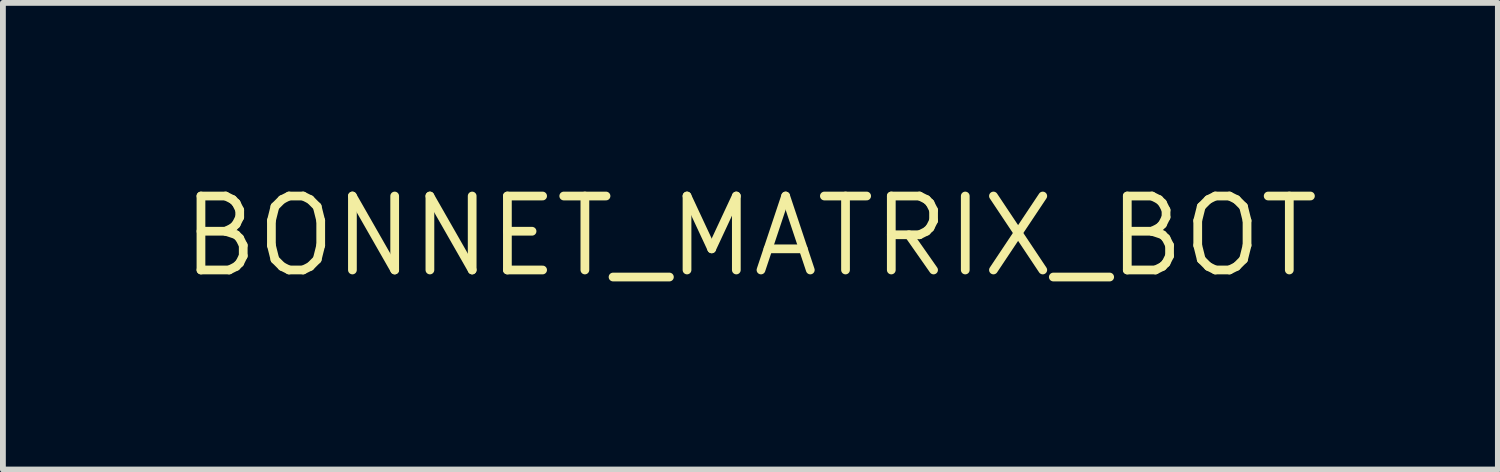
<source format=kicad_pcb>
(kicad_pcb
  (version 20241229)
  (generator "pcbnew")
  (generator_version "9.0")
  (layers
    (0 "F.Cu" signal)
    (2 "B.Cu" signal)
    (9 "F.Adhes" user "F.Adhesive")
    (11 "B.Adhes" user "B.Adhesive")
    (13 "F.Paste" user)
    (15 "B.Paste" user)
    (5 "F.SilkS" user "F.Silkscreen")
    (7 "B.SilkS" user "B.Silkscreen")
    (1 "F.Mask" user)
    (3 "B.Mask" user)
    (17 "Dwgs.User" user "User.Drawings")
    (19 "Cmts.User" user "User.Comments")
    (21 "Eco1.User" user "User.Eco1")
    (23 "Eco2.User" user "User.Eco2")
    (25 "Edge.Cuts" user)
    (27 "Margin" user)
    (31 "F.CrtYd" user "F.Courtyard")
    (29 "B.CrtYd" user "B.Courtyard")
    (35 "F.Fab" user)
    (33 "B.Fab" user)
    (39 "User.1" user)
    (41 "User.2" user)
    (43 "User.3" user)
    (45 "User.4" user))
  (footprint "BONNET_MATRIX_BOT"
    (layer "F.Cu")
    (at 9.835 1.006)
    (property "Reference" "BONNET_MATRIX_BOT" (at 0 0 0) (layer "F.SilkS") (effects (font (size 1.27 1.27) (thickness 0.15))))
    (fp_text user "" (at 0 0 0) (unlocked yes) (layer "F.SilkS") (effects (font (size 1.168 1.168) (thickness 0.102)) (justify left bottom))))
  (gr_rect
    (start -3 -3)
    (end 22.669 5.012)
    (stroke (width 0.1) (type default))
    (fill no)
    (layer "Edge.Cuts")))
</source>
